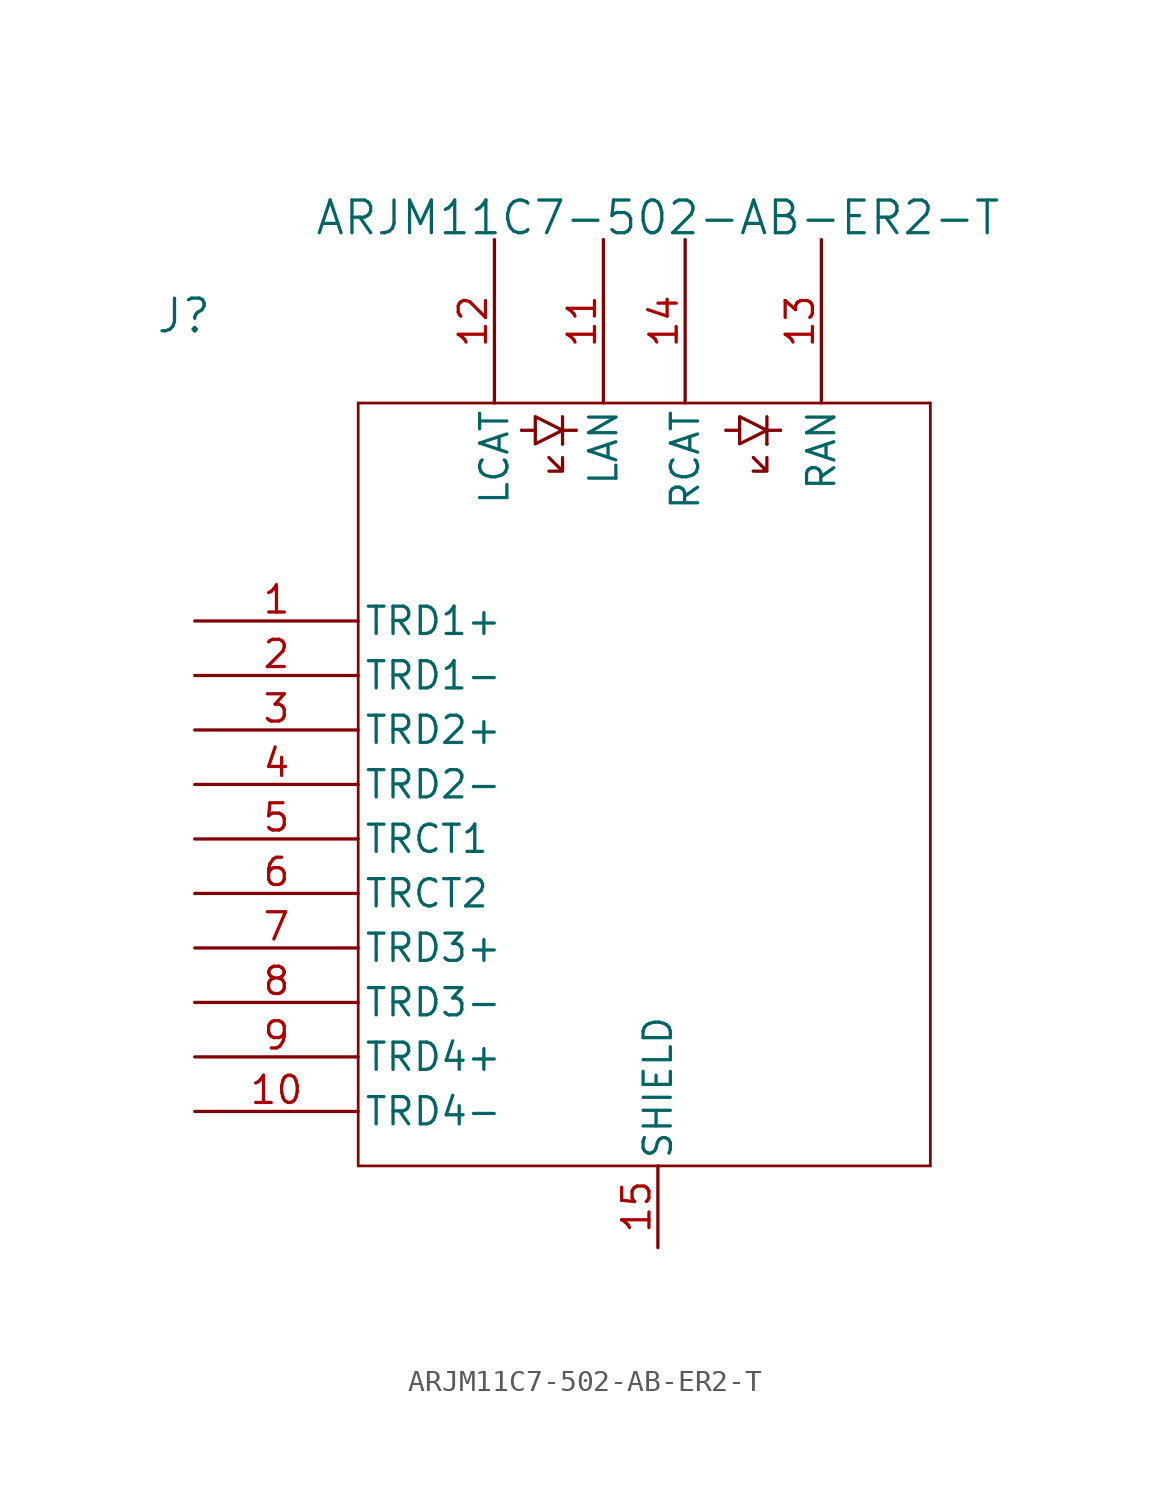
<source format=kicad_sym>
(kicad_symbol_lib
  (version 20231120)
  (generator "kicad_symbol_editor")
  (generator_version "8.0")
  (symbol "ARJM11C7-502-AB-ER2-T"
    (pin_names
      (offset 0.254))
    (property "Reference" "J"
      (at -20.828 25.654 0)
      (effects (font (size 1.524 1.524))))
    (property "Value" "ARJM11C7-502-AB-ER2-T"
      (at 1.27 30.226 0)
      (effects (font (size 1.524 1.524))))
    (property "ki_locked" ""
      (at 0 0 0)
      (effects (font (size 1.27 1.27))))
    (symbol "ARJM11C7-502-AB-ER2-T_0_1"
      (polyline (pts (xy -12.7 -13.97) (xy 13.97 -13.97)) (stroke (width 0.127) (type default)) (fill (type none)))
      (polyline (pts (xy -12.7 21.59) (xy -12.7 -13.97)) (stroke (width 0.127) (type default)) (fill (type none)))
      (polyline (pts (xy -5.08 20.32) (xy -5.08 20.32)) (stroke (width 0) (type default)) (fill (type none)))
      (polyline (pts (xy -4.445 20.32) (xy -5.08 20.32)) (stroke (width 0) (type default)) (fill (type none)))
      (polyline (pts (xy -3.175 19.685) (xy -3.175 19.685)) (stroke (width 0) (type default)) (fill (type none)))
      (polyline (pts (xy -3.175 19.685) (xy -3.175 19.685)) (stroke (width 0) (type default)) (fill (type none)))
      (polyline (pts (xy -3.175 20.32) (xy -3.175 20.32)) (stroke (width 0) (type default)) (fill (type none)))
      (polyline (pts (xy -3.175 20.32) (xy -2.54 20.32)) (stroke (width 0) (type default)) (fill (type none)))
      (polyline (pts (xy -2.54 20.32) (xy -2.54 20.32)) (stroke (width 0) (type default)) (fill (type none)))
      (polyline (pts (xy 4.445 20.32) (xy 4.445 20.32)) (stroke (width 0) (type default)) (fill (type none)))
      (polyline (pts (xy 5.08 20.32) (xy 4.445 20.32)) (stroke (width 0) (type default)) (fill (type none)))
      (polyline (pts (xy 6.35 19.685) (xy 6.35 19.685)) (stroke (width 0) (type default)) (fill (type none)))
      (polyline (pts (xy 6.35 19.685) (xy 6.35 19.685)) (stroke (width 0) (type default)) (fill (type none)))
      (polyline (pts (xy 6.35 20.32) (xy 6.35 20.32)) (stroke (width 0) (type default)) (fill (type none)))
      (polyline (pts (xy 6.35 20.32) (xy 6.985 20.32)) (stroke (width 0) (type default)) (fill (type none)))
      (polyline (pts (xy 6.985 20.32) (xy 6.985 20.32)) (stroke (width 0) (type default)) (fill (type none)))
      (polyline (pts (xy 13.97 -13.97) (xy 13.97 21.59)) (stroke (width 0.127) (type default)) (fill (type none)))
      (polyline (pts (xy 13.97 21.59) (xy -12.7 21.59)) (stroke (width 0.127) (type default)) (fill (type none)))
      (polyline (pts (xy -3.175 20.955) (xy -3.175 19.685) (xy -3.175 19.685)) (stroke (width 0) (type default)) (fill (type none)))
      (polyline (pts (xy 6.35 20.955) (xy 6.35 19.685) (xy 6.35 19.685)) (stroke (width 0) (type default)) (fill (type none)))
      (polyline (pts (xy -4.445 20.955) (xy -4.445 19.685) (xy -3.175 20.32) (xy -4.445 20.955)) (stroke (width 0) (type default)) (fill (type none)))
      (polyline (pts (xy 5.08 20.955) (xy 5.08 19.685) (xy 6.35 20.32) (xy 5.08 20.955)) (stroke (width 0) (type default)) (fill (type none)))
      (polyline (pts (xy -3.81 19.05) (xy -3.175 18.415) (xy -3.81 18.415) (xy -3.175 18.415) (xy -3.175 19.05)) (stroke (width 0) (type default)) (fill (type none)))
      (polyline (pts (xy 5.715 19.05) (xy 6.35 18.415) (xy 5.715 18.415) (xy 6.35 18.415) (xy 6.35 19.05)) (stroke (width 0) (type default)) (fill (type none)))
      (pin bidirectional line (at -20.32 11.43 0) (length 7.62) (name "TRD1+" (effects (font (size 1.27 1.27)))) (number "1" (effects (font (size 1.27 1.27)))))
      (pin bidirectional line (at -20.32 -11.43 0) (length 7.62) (name "TRD4-" (effects (font (size 1.27 1.27)))) (number "10" (effects (font (size 1.27 1.27)))))
      (pin bidirectional line (at -20.32 8.89 0) (length 7.62) (name "TRD1-" (effects (font (size 1.27 1.27)))) (number "2" (effects (font (size 1.27 1.27)))))
      (pin bidirectional line (at -20.32 6.35 0) (length 7.62) (name "TRD2+" (effects (font (size 1.27 1.27)))) (number "3" (effects (font (size 1.27 1.27)))))
      (pin bidirectional line (at -20.32 3.81 0) (length 7.62) (name "TRD2-" (effects (font (size 1.27 1.27)))) (number "4" (effects (font (size 1.27 1.27)))))
      (pin bidirectional line (at -20.32 1.27 0) (length 7.62) (name "TRCT1" (effects (font (size 1.27 1.27)))) (number "5" (effects (font (size 1.27 1.27)))))
      (pin bidirectional line (at -20.32 -1.27 0) (length 7.62) (name "TRCT2" (effects (font (size 1.27 1.27)))) (number "6" (effects (font (size 1.27 1.27)))))
      (pin bidirectional line (at -20.32 -3.81 0) (length 7.62) (name "TRD3+" (effects (font (size 1.27 1.27)))) (number "7" (effects (font (size 1.27 1.27)))))
      (pin bidirectional line (at -20.32 -6.35 0) (length 7.62) (name "TRD3-" (effects (font (size 1.27 1.27)))) (number "8" (effects (font (size 1.27 1.27)))))
      (pin bidirectional line (at -20.32 -8.89 0) (length 7.62) (name "TRD4+" (effects (font (size 1.27 1.27)))) (number "9" (effects (font (size 1.27 1.27))))))
    (symbol "ARJM11C7-502-AB-ER2-T_1_1"
      (pin input line (at -1.27 29.21 270) (length 7.62) (name "LAN" (effects (font (size 1.27 1.27)))) (number "11" (effects (font (size 1.27 1.27)))))
      (pin output line (at -6.35 29.21 270) (length 7.62) (name "LCAT" (effects (font (size 1.27 1.27)))) (number "12" (effects (font (size 1.27 1.27)))))
      (pin input line (at 8.89 29.21 270) (length 7.62) (name "RAN" (effects (font (size 1.27 1.27)))) (number "13" (effects (font (size 1.27 1.27)))))
      (pin output line (at 2.54 29.21 270) (length 7.62) (name "RCAT" (effects (font (size 1.27 1.27)))) (number "14" (effects (font (size 1.27 1.27)))))
      (pin passive line (at 1.27 -17.78 90) (length 3.81) (name "SHIELD" (effects (font (size 1.27 1.27)))) (number "15" (effects (font (size 1.27 1.27)))))
      (pin passive line (at 1.27 -17.78 90) (length 3.81) hide (name "SHIELD" (effects (font (size 1.27 1.27)))) (number "16" (effects (font (size 1.27 1.27))))))))
</source>
